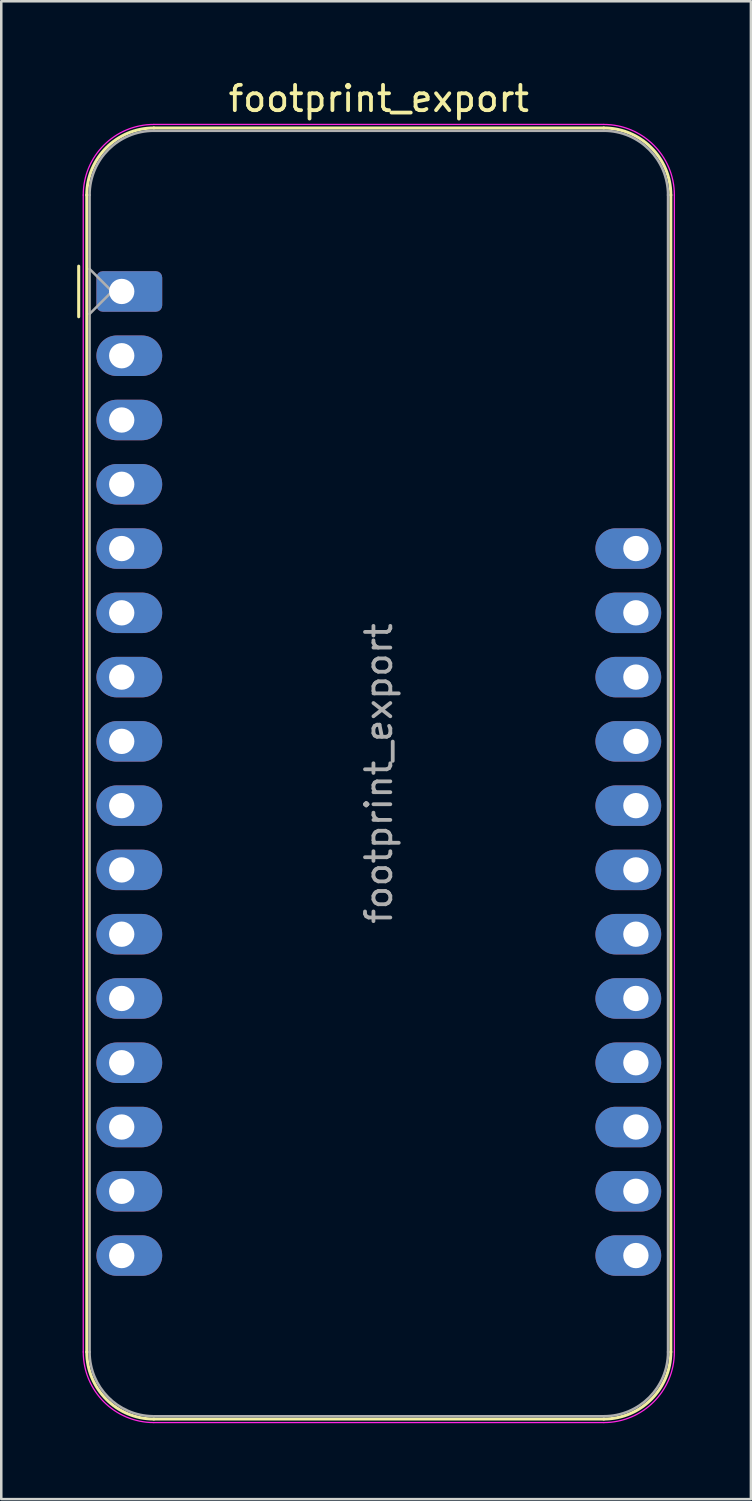
<source format=kicad_pcb>
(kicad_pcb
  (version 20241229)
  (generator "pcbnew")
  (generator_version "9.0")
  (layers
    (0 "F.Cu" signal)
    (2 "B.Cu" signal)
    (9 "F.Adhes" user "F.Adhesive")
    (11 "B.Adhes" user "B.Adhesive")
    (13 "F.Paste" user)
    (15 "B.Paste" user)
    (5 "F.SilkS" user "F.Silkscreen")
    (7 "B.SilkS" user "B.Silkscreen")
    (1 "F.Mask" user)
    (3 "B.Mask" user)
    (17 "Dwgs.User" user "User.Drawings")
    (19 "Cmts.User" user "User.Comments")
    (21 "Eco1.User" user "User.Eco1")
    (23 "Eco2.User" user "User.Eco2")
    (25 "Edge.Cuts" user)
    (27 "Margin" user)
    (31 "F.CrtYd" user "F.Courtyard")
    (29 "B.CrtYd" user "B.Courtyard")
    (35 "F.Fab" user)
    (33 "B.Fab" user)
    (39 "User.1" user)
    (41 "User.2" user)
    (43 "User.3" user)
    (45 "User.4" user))
  (footprint "footprint_export"
    (layer "F.Cu")
    (at 1.76 8.468)
    (property "Reference" "footprint_export" (at 10.16 -7.62 0) (layer "F.SilkS") (effects (font (size 1 1) (thickness 0.15))))
    (attr through_hole)
    (fp_line (start -1.7 1) (end -1.7 -1) (stroke (width 0.12) (type solid)) (layer "F.SilkS"))
    (fp_line (start -1.38 -3.81) (end -1.38 41.91) (stroke (width 0.12) (type solid)) (layer "F.SilkS"))
    (fp_line (start 19.05 -6.46) (end 1.27 -6.46) (stroke (width 0.12) (type solid)) (layer "F.SilkS"))
    (fp_line (start 19.05 44.56) (end 1.27 44.56) (stroke (width 0.12) (type solid)) (layer "F.SilkS"))
    (fp_line (start 21.7 -3.81) (end 21.7 41.91) (stroke (width 0.12) (type solid)) (layer "F.SilkS"))
    (fp_arc (start -1.38 -3.81) (mid -0.603833 -5.683833) (end 1.27 -6.46) (stroke (width 0.12) (type solid)) (layer "F.SilkS"))
    (fp_arc (start 1.27 44.56) (mid -0.603833 43.783833) (end -1.38 41.91) (stroke (width 0.12) (type solid)) (layer "F.SilkS"))
    (fp_arc (start 19.05 -6.46) (mid 20.923833 -5.683833) (end 21.7 -3.81) (stroke (width 0.12) (type solid)) (layer "F.SilkS"))
    (fp_arc (start 21.7 41.91) (mid 20.923833 43.783833) (end 19.05 44.56) (stroke (width 0.12) (type solid)) (layer "F.SilkS"))
    (fp_line (start -1.52 41.91) (end -1.52 -3.81) (stroke (width 0.05) (type solid)) (layer "F.CrtYd"))
    (fp_line (start 19.05 -6.6) (end 1.27 -6.6) (stroke (width 0.05) (type solid)) (layer "F.CrtYd"))
    (fp_line (start 19.05 44.7) (end 1.27 44.7) (stroke (width 0.05) (type solid)) (layer "F.CrtYd"))
    (fp_line (start 21.84 41.91) (end 21.84 -3.81) (stroke (width 0.05) (type solid)) (layer "F.CrtYd"))
    (fp_arc (start -1.52 -3.81) (mid -0.702828 -5.782828) (end 1.27 -6.6) (stroke (width 0.05) (type solid)) (layer "F.CrtYd"))
    (fp_arc (start 1.27 44.7) (mid -0.702828 43.882828) (end -1.52 41.91) (stroke (width 0.05) (type solid)) (layer "F.CrtYd"))
    (fp_arc (start 19.05 -6.6) (mid 21.022828 -5.782828) (end 21.84 -3.81) (stroke (width 0.05) (type solid)) (layer "F.CrtYd"))
    (fp_arc (start 21.84 41.91) (mid 21.022828 43.882828) (end 19.05 44.7) (stroke (width 0.05) (type solid)) (layer "F.CrtYd"))
    (fp_line (start -1.27 -3.81) (end -1.27 41.91) (stroke (width 0.1) (type solid)) (layer "F.Fab"))
    (fp_line (start -1.27 -0.889) (end -0.381 0) (stroke (width 0.1) (type solid)) (layer "F.Fab"))
    (fp_line (start -0.381 0) (end -1.27 0.889) (stroke (width 0.1) (type solid)) (layer "F.Fab"))
    (fp_line (start 1.27 44.45) (end 19.05 44.45) (stroke (width 0.1) (type solid)) (layer "F.Fab"))
    (fp_line (start 19.05 -6.35) (end 1.27 -6.35) (stroke (width 0.1) (type solid)) (layer "F.Fab"))
    (fp_line (start 21.59 41.91) (end 21.59 -3.81) (stroke (width 0.1) (type solid)) (layer "F.Fab"))
    (fp_arc (start -1.27 -3.81) (mid -0.526051 -5.606051) (end 1.27 -6.35) (stroke (width 0.1) (type solid)) (layer "F.Fab"))
    (fp_arc (start 1.221238 44.449532) (mid -0.543209 43.688728) (end -1.27 41.91) (stroke (width 0.1) (type solid)) (layer "F.Fab"))
    (fp_arc (start 19.05 -6.35) (mid 20.846051 -5.606051) (end 21.59 -3.81) (stroke (width 0.1) (type solid)) (layer "F.Fab"))
    (fp_arc (start 21.59 41.91) (mid 20.846051 43.706051) (end 19.05 44.45) (stroke (width 0.1) (type solid)) (layer "F.Fab"))
    (fp_text user "${REFERENCE}" (at 10.16 19.05 270) (layer "F.Fab") (effects (font (size 1 1) (thickness 0.15))))
    (pad "1" thru_hole roundrect (at 0 0) (size 2.6 1.6) (drill 1 (offset 0.3 0)) (layers "*.Cu" "*.Mask") (roundrect_rratio 0.156))
    (pad "2" thru_hole oval (at 0 2.54) (size 2.6 1.6) (drill 1 (offset 0.3 0)) (layers "*.Cu" "*.Mask"))
    (pad "3" thru_hole oval (at 0 5.08) (size 2.6 1.6) (drill 1 (offset 0.3 0)) (layers "*.Cu" "*.Mask"))
    (pad "4" thru_hole oval (at 0 7.62) (size 2.6 1.6) (drill 1 (offset 0.3 0)) (layers "*.Cu" "*.Mask"))
    (pad "5" thru_hole oval (at 0 10.16) (size 2.6 1.6) (drill 1 (offset 0.3 0)) (layers "*.Cu" "*.Mask"))
    (pad "6" thru_hole oval (at 0 12.7) (size 2.6 1.6) (drill 1 (offset 0.3 0)) (layers "*.Cu" "*.Mask"))
    (pad "7" thru_hole oval (at 0 15.24) (size 2.6 1.6) (drill 1 (offset 0.3 0)) (layers "*.Cu" "*.Mask"))
    (pad "8" thru_hole oval (at 0 17.78) (size 2.6 1.6) (drill 1 (offset 0.3 0)) (layers "*.Cu" "*.Mask"))
    (pad "9" thru_hole oval (at 0 20.32) (size 2.6 1.6) (drill 1 (offset 0.3 0)) (layers "*.Cu" "*.Mask"))
    (pad "10" thru_hole oval (at 0 22.86) (size 2.6 1.6) (drill 1 (offset 0.3 0)) (layers "*.Cu" "*.Mask"))
    (pad "11" thru_hole oval (at 0 25.4) (size 2.6 1.6) (drill 1 (offset 0.3 0)) (layers "*.Cu" "*.Mask"))
    (pad "12" thru_hole oval (at 0 27.94) (size 2.6 1.6) (drill 1 (offset 0.3 0)) (layers "*.Cu" "*.Mask"))
    (pad "13" thru_hole oval (at 0 30.48) (size 2.6 1.6) (drill 1 (offset 0.3 0)) (layers "*.Cu" "*.Mask"))
    (pad "14" thru_hole oval (at 0 33.02) (size 2.6 1.6) (drill 1 (offset 0.3 0)) (layers "*.Cu" "*.Mask"))
    (pad "15" thru_hole oval (at 0 35.56) (size 2.6 1.6) (drill 1 (offset 0.3 0)) (layers "*.Cu" "*.Mask"))
    (pad "16" thru_hole oval (at 0 38.1) (size 2.6 1.6) (drill 1 (offset 0.3 0)) (layers "*.Cu" "*.Mask"))
    (pad "17" thru_hole oval (at 20.32 38.1 180) (size 2.6 1.6) (drill 1 (offset 0.3 0)) (layers "*.Cu" "*.Mask"))
    (pad "18" thru_hole oval (at 20.32 35.56 180) (size 2.6 1.6) (drill 1 (offset 0.3 0)) (layers "*.Cu" "*.Mask"))
    (pad "19" thru_hole oval (at 20.32 33.02 180) (size 2.6 1.6) (drill 1 (offset 0.3 0)) (layers "*.Cu" "*.Mask"))
    (pad "20" thru_hole oval (at 20.32 30.48 180) (size 2.6 1.6) (drill 1 (offset 0.3 0)) (layers "*.Cu" "*.Mask"))
    (pad "21" thru_hole oval (at 20.32 27.94 180) (size 2.6 1.6) (drill 1 (offset 0.3 0)) (layers "*.Cu" "*.Mask"))
    (pad "22" thru_hole oval (at 20.32 25.4 180) (size 2.6 1.6) (drill 1 (offset 0.3 0)) (layers "*.Cu" "*.Mask"))
    (pad "23" thru_hole oval (at 20.32 22.86 180) (size 2.6 1.6) (drill 1 (offset 0.3 0)) (layers "*.Cu" "*.Mask"))
    (pad "24" thru_hole oval (at 20.32 20.32 180) (size 2.6 1.6) (drill 1 (offset 0.3 0)) (layers "*.Cu" "*.Mask"))
    (pad "25" thru_hole oval (at 20.32 17.78 180) (size 2.6 1.6) (drill 1 (offset 0.3 0)) (layers "*.Cu" "*.Mask"))
    (pad "26" thru_hole oval (at 20.32 15.24 180) (size 2.6 1.6) (drill 1 (offset 0.3 0)) (layers "*.Cu" "*.Mask"))
    (pad "27" thru_hole oval (at 20.32 12.7 180) (size 2.6 1.6) (drill 1 (offset 0.3 0)) (layers "*.Cu" "*.Mask"))
    (pad "28" thru_hole oval (at 20.32 10.16 180) (size 2.6 1.6) (drill 1 (offset 0.3 0)) (layers "*.Cu" "*.Mask")))
  (gr_rect
    (start -3 -3)
    (end 26.625 56.193)
    (stroke (width 0.1) (type default))
    (fill no)
    (layer "Edge.Cuts")))
</source>
